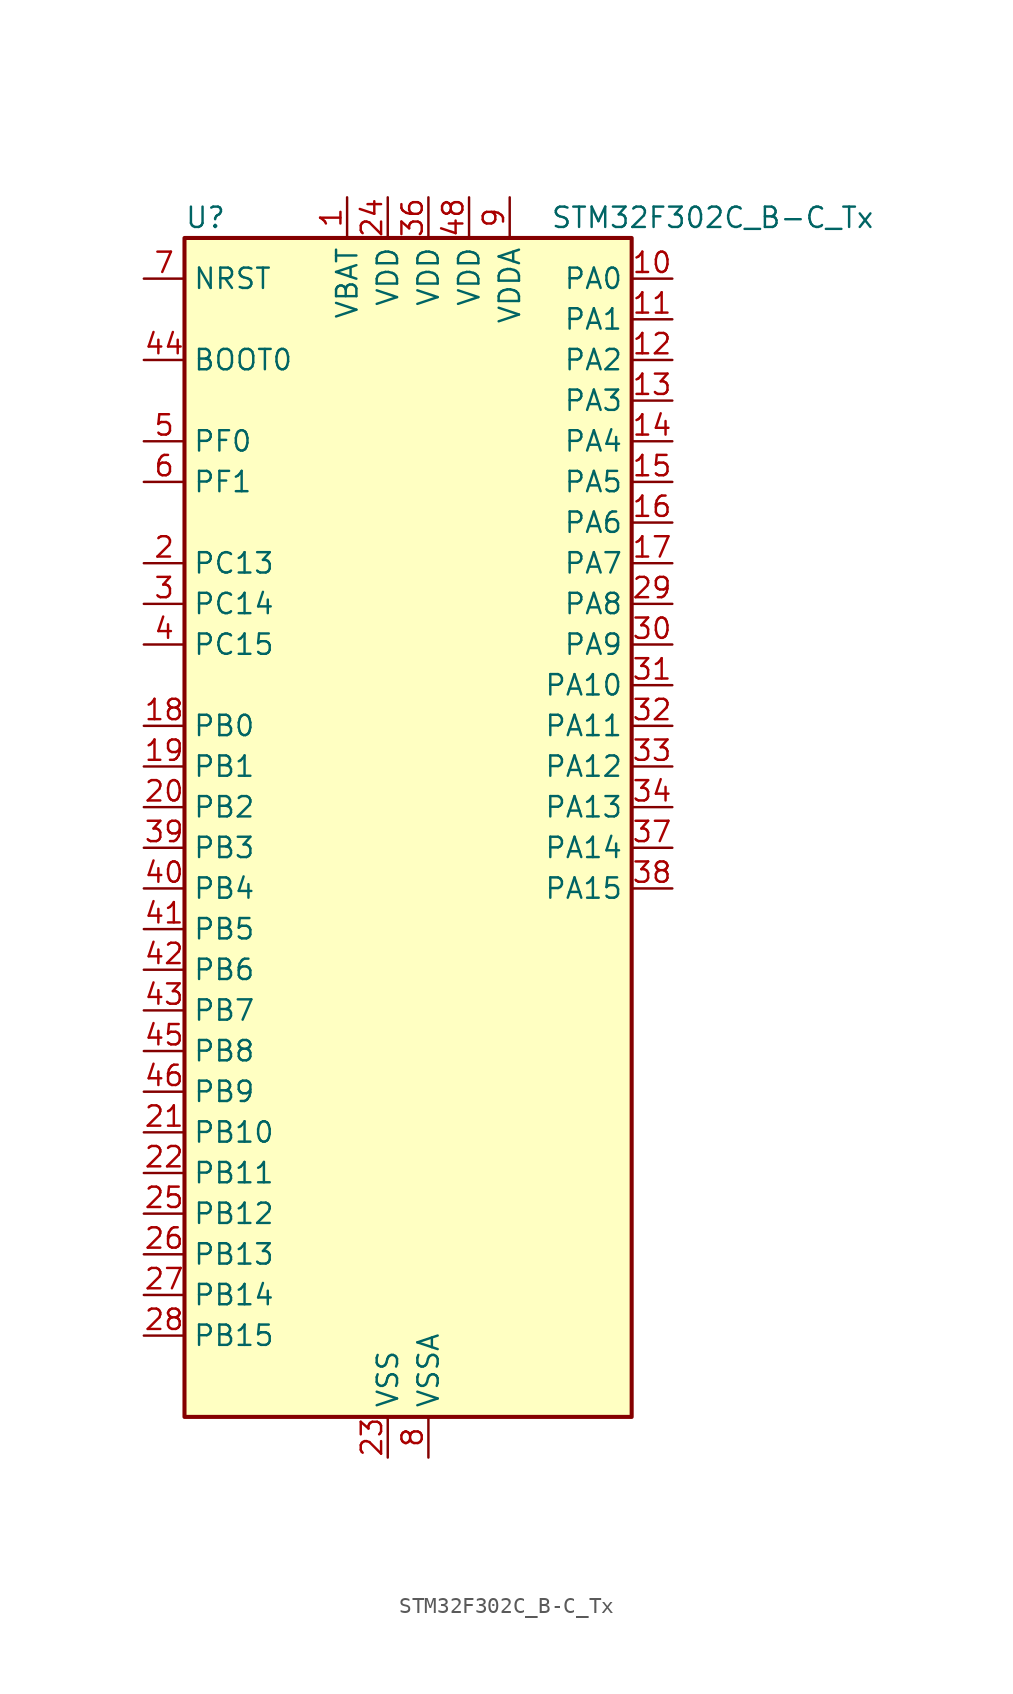
<source format=kicad_sym>
(kicad_symbol_lib
  (version 20220914)
  (generator kicad_symbol_editor)
  (symbol "STM32F302C_B-C_Tx"
    (property "Reference" "U"
      (at -12.7 39.37 0)
      (effects (font (size 1.27 1.27)) (justify left)))
    (property "Value" "STM32F302C_B-C_Tx"
      (at 10.16 39.37 0)
      (effects (font (size 1.27 1.27)) (justify left)))
    (property "ki_locked" ""
      (at 0 0 0)
      (effects (font (size 1.27 1.27))))
    (symbol "STM32F302C_B-C_Tx_0_1"
      (rectangle (start -12.7 -35.56) (end 15.24 38.1) (stroke (width 0.254) (type default)) (fill (type background))))
    (symbol "STM32F302C_B-C_Tx_1_1"
      (pin power_in line (at -2.54 40.64 270) (length 2.54) (name "VBAT" (effects (font (size 1.27 1.27)))) (number "1" (effects (font (size 1.27 1.27)))))
      (pin bidirectional line (at 17.78 35.56 180) (length 2.54) (name "PA0" (effects (font (size 1.27 1.27)))) (number "10" (effects (font (size 1.27 1.27)))) (alternate "ADC1_IN1" bidirectional line) (alternate "COMP1_INM" bidirectional line) (alternate "COMP1_OUT" bidirectional line) (alternate "RTC_TAMP2" bidirectional line) (alternate "SYS_WKUP1" bidirectional line) (alternate "TIM2_CH1" bidirectional line) (alternate "TIM2_ETR" bidirectional line) (alternate "TSC_G1_IO1" bidirectional line) (alternate "USART2_CTS" bidirectional line))
      (pin bidirectional line (at 17.78 33.02 180) (length 2.54) (name "PA1" (effects (font (size 1.27 1.27)))) (number "11" (effects (font (size 1.27 1.27)))) (alternate "ADC1_IN2" bidirectional line) (alternate "COMP1_INP" bidirectional line) (alternate "OPAMP1_VINP" bidirectional line) (alternate "OPAMP1_VINP_SEC" bidirectional line) (alternate "RTC_REFIN" bidirectional line) (alternate "TIM15_CH1N" bidirectional line) (alternate "TIM2_CH2" bidirectional line) (alternate "TSC_G1_IO2" bidirectional line) (alternate "USART2_DE" bidirectional line) (alternate "USART2_RTS" bidirectional line))
      (pin bidirectional line (at 17.78 30.48 180) (length 2.54) (name "PA2" (effects (font (size 1.27 1.27)))) (number "12" (effects (font (size 1.27 1.27)))) (alternate "ADC1_IN3" bidirectional line) (alternate "COMP2_INM" bidirectional line) (alternate "COMP2_OUT" bidirectional line) (alternate "OPAMP1_VOUT" bidirectional line) (alternate "TIM15_CH1" bidirectional line) (alternate "TIM2_CH3" bidirectional line) (alternate "TSC_G1_IO3" bidirectional line) (alternate "USART2_TX" bidirectional line))
      (pin bidirectional line (at 17.78 27.94 180) (length 2.54) (name "PA3" (effects (font (size 1.27 1.27)))) (number "13" (effects (font (size 1.27 1.27)))) (alternate "ADC1_IN4" bidirectional line) (alternate "COMP2_INP" bidirectional line) (alternate "OPAMP1_VINM" bidirectional line) (alternate "OPAMP1_VINM_SEC" bidirectional line) (alternate "OPAMP1_VINP" bidirectional line) (alternate "OPAMP1_VINP_SEC" bidirectional line) (alternate "TIM15_CH2" bidirectional line) (alternate "TIM2_CH4" bidirectional line) (alternate "TSC_G1_IO4" bidirectional line) (alternate "USART2_RX" bidirectional line))
      (pin bidirectional line (at 17.78 25.4 180) (length 2.54) (name "PA4" (effects (font (size 1.27 1.27)))) (number "14" (effects (font (size 1.27 1.27)))) (alternate "ADC2_IN1" bidirectional line) (alternate "COMP1_INM" bidirectional line) (alternate "COMP2_INM" bidirectional line) (alternate "COMP4_INM" bidirectional line) (alternate "COMP6_INM" bidirectional line) (alternate "DAC_OUT1" bidirectional line) (alternate "I2S3_WS" bidirectional line) (alternate "SPI1_NSS" bidirectional line) (alternate "SPI3_NSS" bidirectional line) (alternate "TIM3_CH2" bidirectional line) (alternate "TSC_G2_IO1" bidirectional line) (alternate "USART2_CK" bidirectional line))
      (pin bidirectional line (at 17.78 22.86 180) (length 2.54) (name "PA5" (effects (font (size 1.27 1.27)))) (number "15" (effects (font (size 1.27 1.27)))) (alternate "ADC2_IN2" bidirectional line) (alternate "COMP1_INM" bidirectional line) (alternate "COMP2_INM" bidirectional line) (alternate "COMP4_INM" bidirectional line) (alternate "COMP6_INM" bidirectional line) (alternate "OPAMP1_VINP" bidirectional line) (alternate "OPAMP1_VINP_SEC" bidirectional line) (alternate "OPAMP2_VINM" bidirectional line) (alternate "OPAMP2_VINM_SEC" bidirectional line) (alternate "SPI1_SCK" bidirectional line) (alternate "TIM2_CH1" bidirectional line) (alternate "TIM2_ETR" bidirectional line) (alternate "TSC_G2_IO2" bidirectional line))
      (pin bidirectional line (at 17.78 20.32 180) (length 2.54) (name "PA6" (effects (font (size 1.27 1.27)))) (number "16" (effects (font (size 1.27 1.27)))) (alternate "ADC2_IN3" bidirectional line) (alternate "COMP1_OUT" bidirectional line) (alternate "OPAMP2_VOUT" bidirectional line) (alternate "SPI1_MISO" bidirectional line) (alternate "TIM16_CH1" bidirectional line) (alternate "TIM1_BKIN" bidirectional line) (alternate "TIM3_CH1" bidirectional line) (alternate "TSC_G2_IO3" bidirectional line))
      (pin bidirectional line (at 17.78 17.78 180) (length 2.54) (name "PA7" (effects (font (size 1.27 1.27)))) (number "17" (effects (font (size 1.27 1.27)))) (alternate "ADC2_IN4" bidirectional line) (alternate "COMP2_INP" bidirectional line) (alternate "COMP2_OUT" bidirectional line) (alternate "OPAMP1_VINP" bidirectional line) (alternate "OPAMP1_VINP_SEC" bidirectional line) (alternate "OPAMP2_VINP" bidirectional line) (alternate "OPAMP2_VINP_SEC" bidirectional line) (alternate "SPI1_MOSI" bidirectional line) (alternate "TIM17_CH1" bidirectional line) (alternate "TIM1_CH1N" bidirectional line) (alternate "TIM3_CH2" bidirectional line) (alternate "TSC_G2_IO4" bidirectional line))
      (pin bidirectional line (at -15.24 7.62 0) (length 2.54) (name "PB0" (effects (font (size 1.27 1.27)))) (number "18" (effects (font (size 1.27 1.27)))) (alternate "COMP4_INP" bidirectional line) (alternate "OPAMP2_VINP" bidirectional line) (alternate "OPAMP2_VINP_SEC" bidirectional line) (alternate "TIM1_CH2N" bidirectional line) (alternate "TIM3_CH3" bidirectional line) (alternate "TSC_G3_IO2" bidirectional line))
      (pin bidirectional line (at -15.24 5.08 0) (length 2.54) (name "PB1" (effects (font (size 1.27 1.27)))) (number "19" (effects (font (size 1.27 1.27)))) (alternate "COMP4_OUT" bidirectional line) (alternate "TIM1_CH3N" bidirectional line) (alternate "TIM3_CH4" bidirectional line) (alternate "TSC_G3_IO3" bidirectional line))
      (pin bidirectional line (at -15.24 17.78 0) (length 2.54) (name "PC13" (effects (font (size 1.27 1.27)))) (number "2" (effects (font (size 1.27 1.27)))) (alternate "RTC_OUT_ALARM" bidirectional line) (alternate "RTC_OUT_CALIB" bidirectional line) (alternate "RTC_TAMP1" bidirectional line) (alternate "RTC_TS" bidirectional line) (alternate "SYS_WKUP2" bidirectional line) (alternate "TIM1_CH1N" bidirectional line))
      (pin bidirectional line (at -15.24 2.54 0) (length 2.54) (name "PB2" (effects (font (size 1.27 1.27)))) (number "20" (effects (font (size 1.27 1.27)))) (alternate "ADC2_IN12" bidirectional line) (alternate "COMP4_INM" bidirectional line) (alternate "TSC_G3_IO4" bidirectional line))
      (pin bidirectional line (at -15.24 -17.78 0) (length 2.54) (name "PB10" (effects (font (size 1.27 1.27)))) (number "21" (effects (font (size 1.27 1.27)))) (alternate "TIM2_CH3" bidirectional line) (alternate "TSC_SYNC" bidirectional line) (alternate "USART3_TX" bidirectional line))
      (pin bidirectional line (at -15.24 -20.32 0) (length 2.54) (name "PB11" (effects (font (size 1.27 1.27)))) (number "22" (effects (font (size 1.27 1.27)))) (alternate "ADC1_EXTI11" bidirectional line) (alternate "ADC2_EXTI11" bidirectional line) (alternate "COMP6_INP" bidirectional line) (alternate "TIM2_CH4" bidirectional line) (alternate "TSC_G6_IO1" bidirectional line) (alternate "USART3_RX" bidirectional line))
      (pin power_in line (at 0 -38.1 90) (length 2.54) (name "VSS" (effects (font (size 1.27 1.27)))) (number "23" (effects (font (size 1.27 1.27)))))
      (pin power_in line (at 0 40.64 270) (length 2.54) (name "VDD" (effects (font (size 1.27 1.27)))) (number "24" (effects (font (size 1.27 1.27)))))
      (pin bidirectional line (at -15.24 -22.86 0) (length 2.54) (name "PB12" (effects (font (size 1.27 1.27)))) (number "25" (effects (font (size 1.27 1.27)))) (alternate "I2C2_SMBA" bidirectional line) (alternate "I2S2_WS" bidirectional line) (alternate "SPI2_NSS" bidirectional line) (alternate "TIM1_BKIN" bidirectional line) (alternate "TSC_G6_IO2" bidirectional line) (alternate "USART3_CK" bidirectional line))
      (pin bidirectional line (at -15.24 -25.4 0) (length 2.54) (name "PB13" (effects (font (size 1.27 1.27)))) (number "26" (effects (font (size 1.27 1.27)))) (alternate "I2S2_CK" bidirectional line) (alternate "SPI2_SCK" bidirectional line) (alternate "TIM1_CH1N" bidirectional line) (alternate "TSC_G6_IO3" bidirectional line) (alternate "USART3_CTS" bidirectional line))
      (pin bidirectional line (at -15.24 -27.94 0) (length 2.54) (name "PB14" (effects (font (size 1.27 1.27)))) (number "27" (effects (font (size 1.27 1.27)))) (alternate "I2S2_ext_SD" bidirectional line) (alternate "OPAMP2_VINP" bidirectional line) (alternate "OPAMP2_VINP_SEC" bidirectional line) (alternate "SPI2_MISO" bidirectional line) (alternate "TIM15_CH1" bidirectional line) (alternate "TIM1_CH2N" bidirectional line) (alternate "TSC_G6_IO4" bidirectional line) (alternate "USART3_DE" bidirectional line) (alternate "USART3_RTS" bidirectional line))
      (pin bidirectional line (at -15.24 -30.48 0) (length 2.54) (name "PB15" (effects (font (size 1.27 1.27)))) (number "28" (effects (font (size 1.27 1.27)))) (alternate "ADC1_EXTI15" bidirectional line) (alternate "ADC2_EXTI15" bidirectional line) (alternate "COMP6_INM" bidirectional line) (alternate "I2S2_SD" bidirectional line) (alternate "RTC_REFIN" bidirectional line) (alternate "SPI2_MOSI" bidirectional line) (alternate "TIM15_CH1N" bidirectional line) (alternate "TIM15_CH2" bidirectional line) (alternate "TIM1_CH3N" bidirectional line))
      (pin bidirectional line (at 17.78 15.24 180) (length 2.54) (name "PA8" (effects (font (size 1.27 1.27)))) (number "29" (effects (font (size 1.27 1.27)))) (alternate "I2C2_SMBA" bidirectional line) (alternate "I2S2_MCK" bidirectional line) (alternate "RCC_MCO" bidirectional line) (alternate "TIM1_CH1" bidirectional line) (alternate "TIM4_ETR" bidirectional line) (alternate "USART1_CK" bidirectional line))
      (pin bidirectional line (at -15.24 15.24 0) (length 2.54) (name "PC14" (effects (font (size 1.27 1.27)))) (number "3" (effects (font (size 1.27 1.27)))) (alternate "RCC_OSC32_IN" bidirectional line))
      (pin bidirectional line (at 17.78 12.7 180) (length 2.54) (name "PA9" (effects (font (size 1.27 1.27)))) (number "30" (effects (font (size 1.27 1.27)))) (alternate "DAC_EXTI9" bidirectional line) (alternate "I2C2_SCL" bidirectional line) (alternate "I2S3_MCK" bidirectional line) (alternate "TIM15_BKIN" bidirectional line) (alternate "TIM1_CH2" bidirectional line) (alternate "TIM2_CH3" bidirectional line) (alternate "TSC_G4_IO1" bidirectional line) (alternate "USART1_TX" bidirectional line))
      (pin bidirectional line (at 17.78 10.16 180) (length 2.54) (name "PA10" (effects (font (size 1.27 1.27)))) (number "31" (effects (font (size 1.27 1.27)))) (alternate "COMP6_OUT" bidirectional line) (alternate "I2C2_SDA" bidirectional line) (alternate "TIM17_BKIN" bidirectional line) (alternate "TIM1_CH3" bidirectional line) (alternate "TIM2_CH4" bidirectional line) (alternate "TSC_G4_IO2" bidirectional line) (alternate "USART1_RX" bidirectional line))
      (pin bidirectional line (at 17.78 7.62 180) (length 2.54) (name "PA11" (effects (font (size 1.27 1.27)))) (number "32" (effects (font (size 1.27 1.27)))) (alternate "ADC1_EXTI11" bidirectional line) (alternate "ADC2_EXTI11" bidirectional line) (alternate "CAN_RX" bidirectional line) (alternate "COMP1_OUT" bidirectional line) (alternate "TIM1_BKIN2" bidirectional line) (alternate "TIM1_CH1N" bidirectional line) (alternate "TIM1_CH4" bidirectional line) (alternate "TIM4_CH1" bidirectional line) (alternate "USART1_CTS" bidirectional line) (alternate "USB_DM" bidirectional line))
      (pin bidirectional line (at 17.78 5.08 180) (length 2.54) (name "PA12" (effects (font (size 1.27 1.27)))) (number "33" (effects (font (size 1.27 1.27)))) (alternate "CAN_TX" bidirectional line) (alternate "COMP2_OUT" bidirectional line) (alternate "TIM16_CH1" bidirectional line) (alternate "TIM1_CH2N" bidirectional line) (alternate "TIM1_ETR" bidirectional line) (alternate "TIM4_CH2" bidirectional line) (alternate "USART1_DE" bidirectional line) (alternate "USART1_RTS" bidirectional line) (alternate "USB_DP" bidirectional line))
      (pin bidirectional line (at 17.78 2.54 180) (length 2.54) (name "PA13" (effects (font (size 1.27 1.27)))) (number "34" (effects (font (size 1.27 1.27)))) (alternate "IR_OUT" bidirectional line) (alternate "SYS_JTMS-SWDIO" bidirectional line) (alternate "TIM16_CH1N" bidirectional line) (alternate "TIM4_CH3" bidirectional line) (alternate "TSC_G4_IO3" bidirectional line) (alternate "USART3_CTS" bidirectional line))
      (pin passive line (at 0 -38.1 90) (length 2.54) hide (name "VSS" (effects (font (size 1.27 1.27)))) (number "35" (effects (font (size 1.27 1.27)))))
      (pin power_in line (at 2.54 40.64 270) (length 2.54) (name "VDD" (effects (font (size 1.27 1.27)))) (number "36" (effects (font (size 1.27 1.27)))))
      (pin bidirectional line (at 17.78 0 180) (length 2.54) (name "PA14" (effects (font (size 1.27 1.27)))) (number "37" (effects (font (size 1.27 1.27)))) (alternate "I2C1_SDA" bidirectional line) (alternate "SYS_JTCK-SWCLK" bidirectional line) (alternate "TIM1_BKIN" bidirectional line) (alternate "TSC_G4_IO4" bidirectional line) (alternate "USART2_TX" bidirectional line))
      (pin bidirectional line (at 17.78 -2.54 180) (length 2.54) (name "PA15" (effects (font (size 1.27 1.27)))) (number "38" (effects (font (size 1.27 1.27)))) (alternate "ADC1_EXTI15" bidirectional line) (alternate "ADC2_EXTI15" bidirectional line) (alternate "I2C1_SCL" bidirectional line) (alternate "I2S3_WS" bidirectional line) (alternate "SPI1_NSS" bidirectional line) (alternate "SPI3_NSS" bidirectional line) (alternate "SYS_JTDI" bidirectional line) (alternate "TIM1_BKIN" bidirectional line) (alternate "TIM2_CH1" bidirectional line) (alternate "TIM2_ETR" bidirectional line) (alternate "USART2_RX" bidirectional line))
      (pin bidirectional line (at -15.24 0 0) (length 2.54) (name "PB3" (effects (font (size 1.27 1.27)))) (number "39" (effects (font (size 1.27 1.27)))) (alternate "I2S3_CK" bidirectional line) (alternate "SPI1_SCK" bidirectional line) (alternate "SPI3_SCK" bidirectional line) (alternate "SYS_JTDO-TRACESWO" bidirectional line) (alternate "TIM2_CH2" bidirectional line) (alternate "TIM3_ETR" bidirectional line) (alternate "TIM4_ETR" bidirectional line) (alternate "TSC_G5_IO1" bidirectional line) (alternate "USART2_TX" bidirectional line))
      (pin bidirectional line (at -15.24 12.7 0) (length 2.54) (name "PC15" (effects (font (size 1.27 1.27)))) (number "4" (effects (font (size 1.27 1.27)))) (alternate "ADC1_EXTI15" bidirectional line) (alternate "ADC2_EXTI15" bidirectional line) (alternate "RCC_OSC32_OUT" bidirectional line))
      (pin bidirectional line (at -15.24 -2.54 0) (length 2.54) (name "PB4" (effects (font (size 1.27 1.27)))) (number "40" (effects (font (size 1.27 1.27)))) (alternate "I2S3_ext_SD" bidirectional line) (alternate "SPI1_MISO" bidirectional line) (alternate "SPI3_MISO" bidirectional line) (alternate "SYS_NJTRST" bidirectional line) (alternate "TIM16_CH1" bidirectional line) (alternate "TIM17_BKIN" bidirectional line) (alternate "TIM3_CH1" bidirectional line) (alternate "TSC_G5_IO2" bidirectional line) (alternate "USART2_RX" bidirectional line))
      (pin bidirectional line (at -15.24 -5.08 0) (length 2.54) (name "PB5" (effects (font (size 1.27 1.27)))) (number "41" (effects (font (size 1.27 1.27)))) (alternate "I2C1_SMBA" bidirectional line) (alternate "I2S3_SD" bidirectional line) (alternate "SPI1_MOSI" bidirectional line) (alternate "SPI3_MOSI" bidirectional line) (alternate "TIM16_BKIN" bidirectional line) (alternate "TIM17_CH1" bidirectional line) (alternate "TIM3_CH2" bidirectional line) (alternate "USART2_CK" bidirectional line))
      (pin bidirectional line (at -15.24 -7.62 0) (length 2.54) (name "PB6" (effects (font (size 1.27 1.27)))) (number "42" (effects (font (size 1.27 1.27)))) (alternate "I2C1_SCL" bidirectional line) (alternate "TIM16_CH1N" bidirectional line) (alternate "TIM4_CH1" bidirectional line) (alternate "TSC_G5_IO3" bidirectional line) (alternate "USART1_TX" bidirectional line))
      (pin bidirectional line (at -15.24 -10.16 0) (length 2.54) (name "PB7" (effects (font (size 1.27 1.27)))) (number "43" (effects (font (size 1.27 1.27)))) (alternate "I2C1_SDA" bidirectional line) (alternate "TIM17_CH1N" bidirectional line) (alternate "TIM3_CH4" bidirectional line) (alternate "TIM4_CH2" bidirectional line) (alternate "TSC_G5_IO4" bidirectional line) (alternate "USART1_RX" bidirectional line))
      (pin input line (at -15.24 30.48 0) (length 2.54) (name "BOOT0" (effects (font (size 1.27 1.27)))) (number "44" (effects (font (size 1.27 1.27)))))
      (pin bidirectional line (at -15.24 -12.7 0) (length 2.54) (name "PB8" (effects (font (size 1.27 1.27)))) (number "45" (effects (font (size 1.27 1.27)))) (alternate "CAN_RX" bidirectional line) (alternate "COMP1_OUT" bidirectional line) (alternate "I2C1_SCL" bidirectional line) (alternate "TIM16_CH1" bidirectional line) (alternate "TIM1_BKIN" bidirectional line) (alternate "TIM4_CH3" bidirectional line) (alternate "TSC_SYNC" bidirectional line))
      (pin bidirectional line (at -15.24 -15.24 0) (length 2.54) (name "PB9" (effects (font (size 1.27 1.27)))) (number "46" (effects (font (size 1.27 1.27)))) (alternate "CAN_TX" bidirectional line) (alternate "COMP2_OUT" bidirectional line) (alternate "DAC_EXTI9" bidirectional line) (alternate "I2C1_SDA" bidirectional line) (alternate "IR_OUT" bidirectional line) (alternate "TIM17_CH1" bidirectional line) (alternate "TIM4_CH4" bidirectional line))
      (pin passive line (at 0 -38.1 90) (length 2.54) hide (name "VSS" (effects (font (size 1.27 1.27)))) (number "47" (effects (font (size 1.27 1.27)))))
      (pin power_in line (at 5.08 40.64 270) (length 2.54) (name "VDD" (effects (font (size 1.27 1.27)))) (number "48" (effects (font (size 1.27 1.27)))))
      (pin bidirectional line (at -15.24 25.4 0) (length 2.54) (name "PF0" (effects (font (size 1.27 1.27)))) (number "5" (effects (font (size 1.27 1.27)))) (alternate "I2C2_SDA" bidirectional line) (alternate "RCC_OSC_IN" bidirectional line) (alternate "TIM1_CH3N" bidirectional line))
      (pin bidirectional line (at -15.24 22.86 0) (length 2.54) (name "PF1" (effects (font (size 1.27 1.27)))) (number "6" (effects (font (size 1.27 1.27)))) (alternate "I2C2_SCL" bidirectional line) (alternate "RCC_OSC_OUT" bidirectional line))
      (pin input line (at -15.24 35.56 0) (length 2.54) (name "NRST" (effects (font (size 1.27 1.27)))) (number "7" (effects (font (size 1.27 1.27)))))
      (pin power_in line (at 2.54 -38.1 90) (length 2.54) (name "VSSA" (effects (font (size 1.27 1.27)))) (number "8" (effects (font (size 1.27 1.27)))))
      (pin power_in line (at 7.62 40.64 270) (length 2.54) (name "VDDA" (effects (font (size 1.27 1.27)))) (number "9" (effects (font (size 1.27 1.27))))))))
</source>
